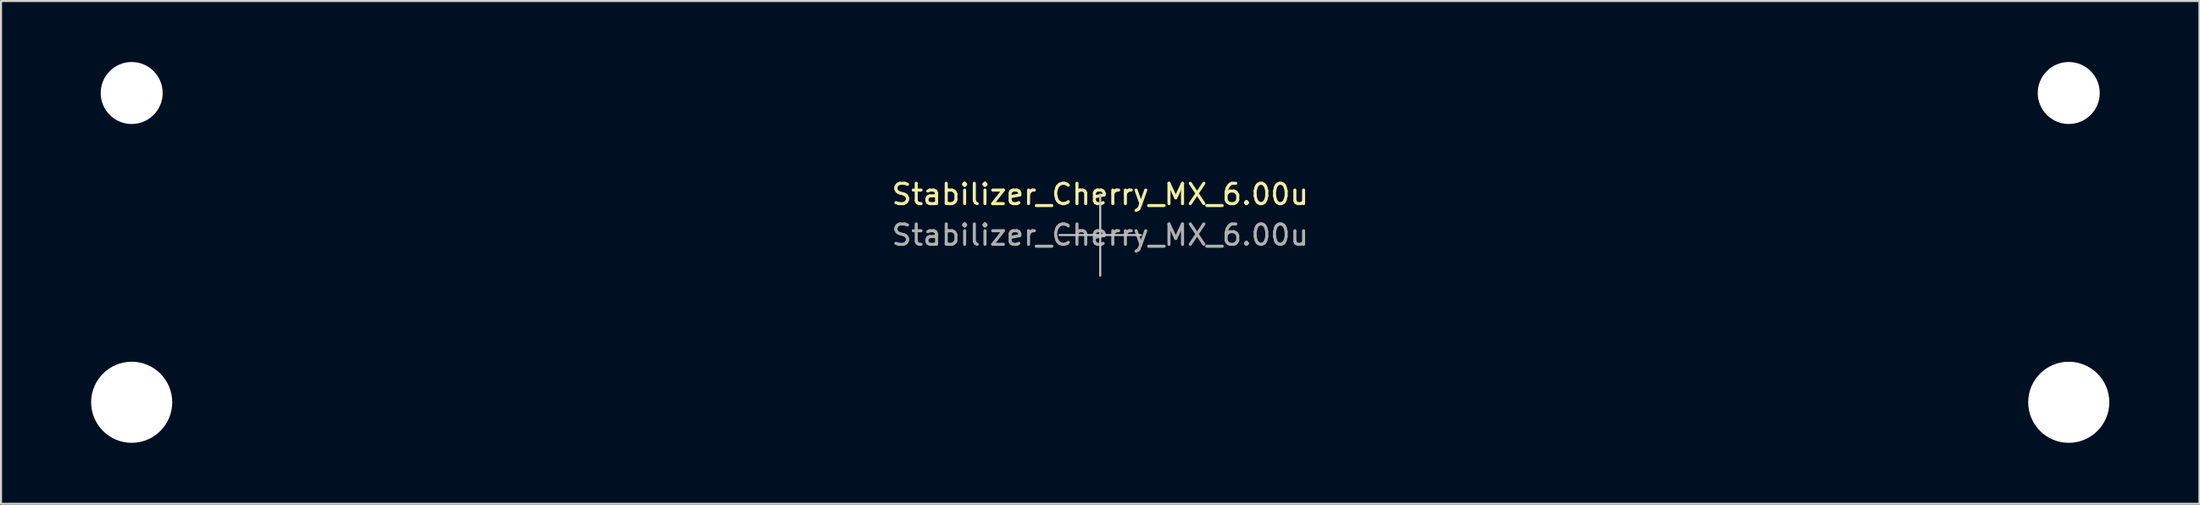
<source format=kicad_pcb>
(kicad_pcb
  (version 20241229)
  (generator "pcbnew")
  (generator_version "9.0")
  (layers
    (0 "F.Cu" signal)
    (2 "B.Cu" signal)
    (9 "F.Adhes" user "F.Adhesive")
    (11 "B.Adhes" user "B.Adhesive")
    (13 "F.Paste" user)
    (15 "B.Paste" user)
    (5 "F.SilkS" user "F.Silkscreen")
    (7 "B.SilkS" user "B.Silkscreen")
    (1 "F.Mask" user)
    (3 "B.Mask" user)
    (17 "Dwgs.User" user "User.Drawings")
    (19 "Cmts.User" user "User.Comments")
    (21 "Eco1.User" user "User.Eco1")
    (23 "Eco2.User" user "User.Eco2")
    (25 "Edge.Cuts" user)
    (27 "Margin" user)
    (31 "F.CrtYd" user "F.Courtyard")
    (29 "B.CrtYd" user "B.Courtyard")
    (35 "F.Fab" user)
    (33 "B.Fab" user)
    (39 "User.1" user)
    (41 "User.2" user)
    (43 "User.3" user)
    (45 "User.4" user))
  (footprint "Stabilizer_Cherry_MX_6.00u"
    (layer "F.Cu")
    (at 51.05 8.509)
    (property "Reference" "Stabilizer_Cherry_MX_6.00u" (at 0 -2 0) (layer "F.SilkS") (effects (font (size 1 1) (thickness 0.15))))
    (attr exclude_from_pos_files exclude_from_bom)
    (fp_line (start -2 0) (end 2 0) (stroke (width 0.1) (type solid)) (layer "Dwgs.User"))
    (fp_line (start 0 2) (end 0 -2) (stroke (width 0.1) (type solid)) (layer "Dwgs.User"))
    (fp_line (start -51 -5.53) (end -51 6.77) (stroke (width 0.1) (type solid)) (layer "Eco1.User"))
    (fp_line (start -51 6.77) (end -44.25 6.77) (stroke (width 0.1) (type solid)) (layer "Eco1.User"))
    (fp_line (start -44.25 -5.53) (end -51 -5.53) (stroke (width 0.1) (type solid)) (layer "Eco1.User"))
    (fp_line (start -44.25 6.77) (end -44.25 -5.53) (stroke (width 0.1) (type solid)) (layer "Eco1.User"))
    (fp_line (start 44.25 -5.53) (end 44.25 6.77) (stroke (width 0.1) (type solid)) (layer "Eco1.User"))
    (fp_line (start 44.25 6.77) (end 51 6.77) (stroke (width 0.1) (type solid)) (layer "Eco1.User"))
    (fp_line (start 51 -5.53) (end 44.25 -5.53) (stroke (width 0.1) (type solid)) (layer "Eco1.User"))
    (fp_line (start 51 6.77) (end 51 -5.53) (stroke (width 0.1) (type solid)) (layer "Eco1.User"))
    (fp_text user "${REFERENCE}" (at 0 0 0) (layer "F.Fab") (effects (font (size 1 1) (thickness 0.15))))
    (pad "" np_thru_hole circle (at -47.625 -6.985) (size 3.048 3.048) (drill 3.048) (layers "*.Cu" "*.Mask"))
    (pad "" np_thru_hole circle (at -47.625 8.225) (size 3.988 3.988) (drill 3.988) (layers "*.Cu" "*.Mask"))
    (pad "" np_thru_hole circle (at 47.625 -6.985) (size 3.048 3.048) (drill 3.048) (layers "*.Cu" "*.Mask"))
    (pad "" np_thru_hole circle (at 47.625 8.225) (size 3.988 3.988) (drill 3.988) (layers "*.Cu" "*.Mask")))
  (gr_rect
    (start -3 -3)
    (end 105.1 21.728)
    (stroke (width 0.1) (type default))
    (fill no)
    (layer "Edge.Cuts")))
</source>
